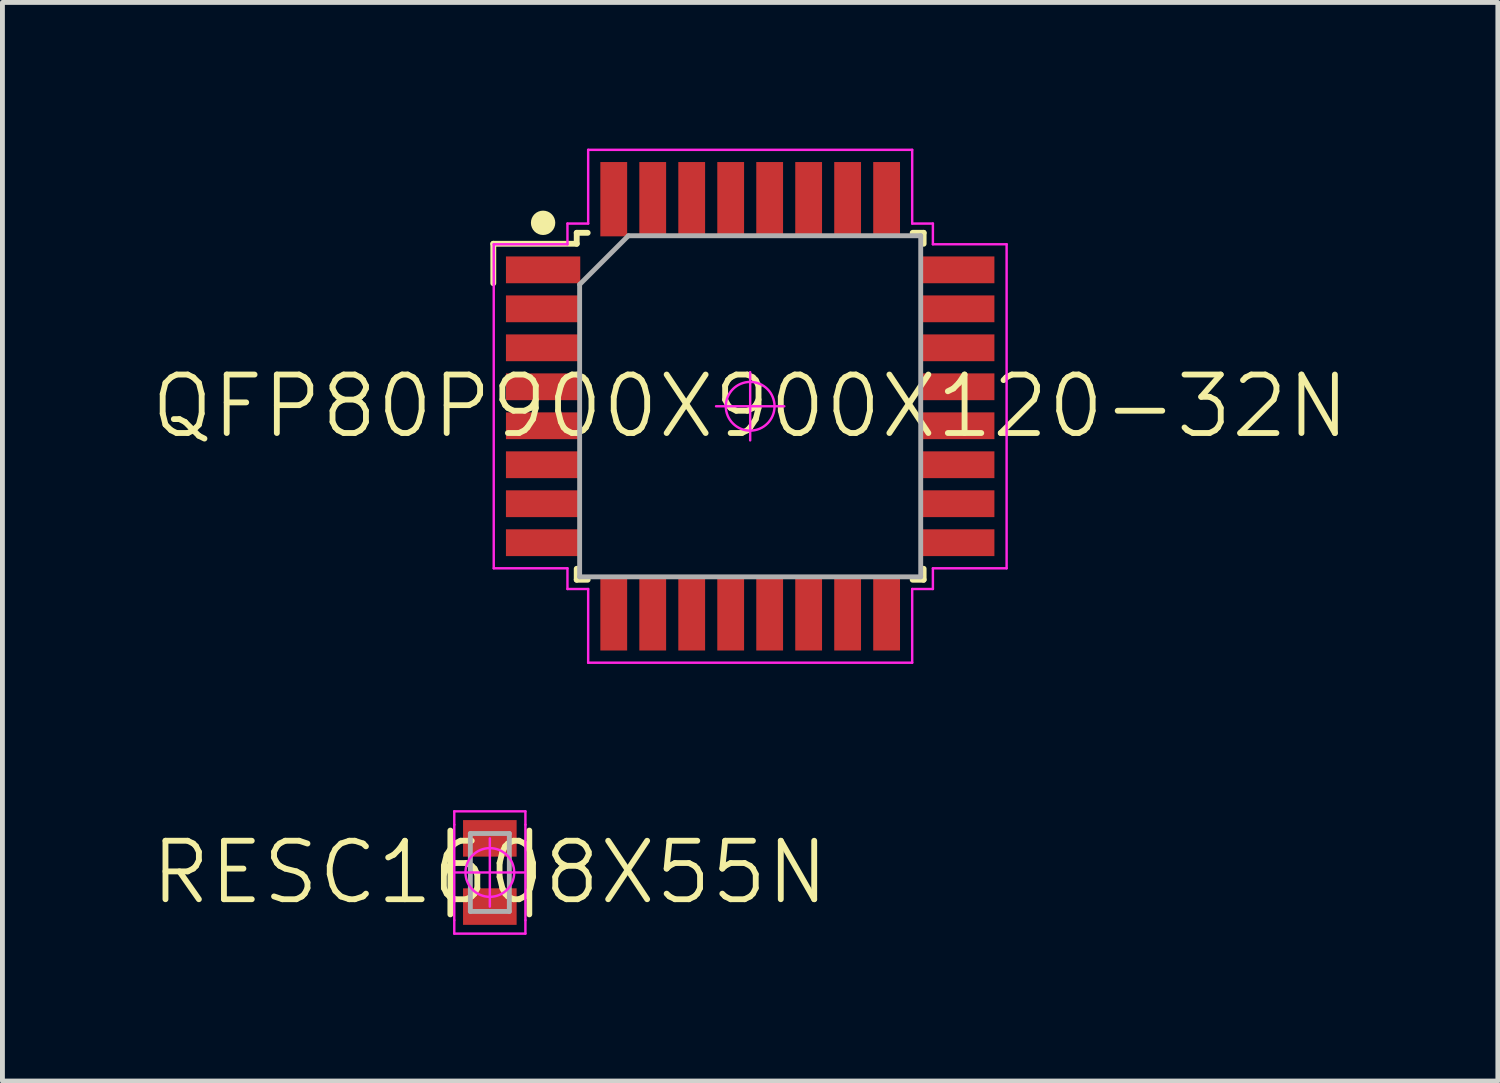
<source format=kicad_pcb>
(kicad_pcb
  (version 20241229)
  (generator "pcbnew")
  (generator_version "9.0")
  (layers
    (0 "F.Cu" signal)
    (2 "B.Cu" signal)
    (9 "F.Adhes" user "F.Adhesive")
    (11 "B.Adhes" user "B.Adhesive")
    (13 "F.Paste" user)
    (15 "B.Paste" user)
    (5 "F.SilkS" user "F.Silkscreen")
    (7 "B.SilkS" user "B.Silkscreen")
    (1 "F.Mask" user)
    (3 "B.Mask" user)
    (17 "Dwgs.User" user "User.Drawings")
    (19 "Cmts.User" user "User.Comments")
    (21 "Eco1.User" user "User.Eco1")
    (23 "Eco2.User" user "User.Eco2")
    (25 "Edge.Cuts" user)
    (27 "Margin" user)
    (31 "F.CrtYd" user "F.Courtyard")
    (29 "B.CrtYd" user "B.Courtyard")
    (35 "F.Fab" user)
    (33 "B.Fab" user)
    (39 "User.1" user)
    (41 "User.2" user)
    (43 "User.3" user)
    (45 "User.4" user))
  (footprint "QFP80P900X900X120-32N"
    (layer "F.Cu")
    (at 12.346 5.288)
    (property "Reference" "QFP80P900X900X120-32N" (at 0 0 0) (layer "F.SilkS") (effects (font (size 1.2 1.2) (thickness 0.12))))
    (attr smd)
    (fp_line (start -5.272 -3.335) (end -5.272 -2.525) (stroke (width 0.12) (type solid)) (layer "F.SilkS"))
    (fp_line (start -3.56 -3.56) (end -3.56 -3.335) (stroke (width 0.12) (type solid)) (layer "F.SilkS"))
    (fp_line (start -3.56 -3.56) (end -3.335 -3.56) (stroke (width 0.12) (type solid)) (layer "F.SilkS"))
    (fp_line (start -3.56 -3.335) (end -5.272 -3.335) (stroke (width 0.12) (type solid)) (layer "F.SilkS"))
    (fp_line (start -3.56 3.335) (end -3.56 3.56) (stroke (width 0.12) (type solid)) (layer "F.SilkS"))
    (fp_line (start -3.56 3.56) (end -3.335 3.56) (stroke (width 0.12) (type solid)) (layer "F.SilkS"))
    (fp_line (start 3.335 -3.56) (end 3.56 -3.56) (stroke (width 0.12) (type solid)) (layer "F.SilkS"))
    (fp_line (start 3.335 3.56) (end 3.56 3.56) (stroke (width 0.12) (type solid)) (layer "F.SilkS"))
    (fp_line (start 3.56 -3.56) (end 3.56 -3.335) (stroke (width 0.12) (type solid)) (layer "F.SilkS"))
    (fp_line (start 3.56 3.335) (end 3.56 3.56) (stroke (width 0.12) (type solid)) (layer "F.SilkS"))
    (fp_circle (center -4.25 -3.765) (end -4.25 -3.64) (stroke (width 0.25) (type solid)) (fill no) (layer "F.SilkS"))
    (fp_line (start -5.263 -3.325) (end -3.75 -3.325) (stroke (width 0.05) (type solid)) (layer "F.CrtYd"))
    (fp_line (start -5.263 3.325) (end -5.263 -3.325) (stroke (width 0.05) (type solid)) (layer "F.CrtYd"))
    (fp_line (start -3.75 -3.75) (end -3.325 -3.75) (stroke (width 0.05) (type solid)) (layer "F.CrtYd"))
    (fp_line (start -3.75 -3.325) (end -3.75 -3.75) (stroke (width 0.05) (type solid)) (layer "F.CrtYd"))
    (fp_line (start -3.75 3.325) (end -5.263 3.325) (stroke (width 0.05) (type solid)) (layer "F.CrtYd"))
    (fp_line (start -3.75 3.75) (end -3.75 3.325) (stroke (width 0.05) (type solid)) (layer "F.CrtYd"))
    (fp_line (start -3.325 -5.263) (end 3.325 -5.263) (stroke (width 0.05) (type solid)) (layer "F.CrtYd"))
    (fp_line (start -3.325 -3.75) (end -3.325 -5.263) (stroke (width 0.05) (type solid)) (layer "F.CrtYd"))
    (fp_line (start -3.325 3.75) (end -3.75 3.75) (stroke (width 0.05) (type solid)) (layer "F.CrtYd"))
    (fp_line (start -3.325 5.263) (end -3.325 3.75) (stroke (width 0.05) (type solid)) (layer "F.CrtYd"))
    (fp_line (start -0.7 0) (end 0.7 0) (stroke (width 0.05) (type solid)) (layer "F.CrtYd"))
    (fp_line (start 0 -0.7) (end 0 0.7) (stroke (width 0.05) (type solid)) (layer "F.CrtYd"))
    (fp_line (start 3.325 -5.263) (end 3.325 -3.75) (stroke (width 0.05) (type solid)) (layer "F.CrtYd"))
    (fp_line (start 3.325 -3.75) (end 3.75 -3.75) (stroke (width 0.05) (type solid)) (layer "F.CrtYd"))
    (fp_line (start 3.325 3.75) (end 3.325 5.263) (stroke (width 0.05) (type solid)) (layer "F.CrtYd"))
    (fp_line (start 3.325 5.263) (end -3.325 5.263) (stroke (width 0.05) (type solid)) (layer "F.CrtYd"))
    (fp_line (start 3.75 -3.75) (end 3.75 -3.325) (stroke (width 0.05) (type solid)) (layer "F.CrtYd"))
    (fp_line (start 3.75 -3.325) (end 5.263 -3.325) (stroke (width 0.05) (type solid)) (layer "F.CrtYd"))
    (fp_line (start 3.75 3.325) (end 3.75 3.75) (stroke (width 0.05) (type solid)) (layer "F.CrtYd"))
    (fp_line (start 3.75 3.75) (end 3.325 3.75) (stroke (width 0.05) (type solid)) (layer "F.CrtYd"))
    (fp_line (start 5.263 -3.325) (end 5.263 3.325) (stroke (width 0.05) (type solid)) (layer "F.CrtYd"))
    (fp_line (start 5.263 3.325) (end 3.75 3.325) (stroke (width 0.05) (type solid)) (layer "F.CrtYd"))
    (fp_circle (center 0 0) (end 0 0.5) (stroke (width 0.05) (type solid)) (fill no) (layer "F.CrtYd"))
    (fp_line (start -3.5 -2.5) (end -2.5 -3.5) (stroke (width 0.1) (type solid)) (layer "F.Fab"))
    (fp_line (start -3.5 3.5) (end -3.5 -2.5) (stroke (width 0.1) (type solid)) (layer "F.Fab"))
    (fp_line (start -2.5 -3.5) (end 3.5 -3.5) (stroke (width 0.1) (type solid)) (layer "F.Fab"))
    (fp_line (start 3.5 -3.5) (end 3.5 3.5) (stroke (width 0.1) (type solid)) (layer "F.Fab"))
    (fp_line (start 3.5 3.5) (end -3.5 3.5) (stroke (width 0.1) (type solid)) (layer "F.Fab"))
    (pad "1" smd rect (at -4.25 -2.8) (size 1.525 0.55) (layers "F.Cu" "F.Mask" "F.Paste"))
    (pad "2" smd rect (at -4.25 -2) (size 1.525 0.55) (layers "F.Cu" "F.Mask" "F.Paste"))
    (pad "3" smd rect (at -4.25 -1.2) (size 1.525 0.55) (layers "F.Cu" "F.Mask" "F.Paste"))
    (pad "4" smd rect (at -4.25 -0.4) (size 1.525 0.55) (layers "F.Cu" "F.Mask" "F.Paste"))
    (pad "5" smd rect (at -4.25 0.4) (size 1.525 0.55) (layers "F.Cu" "F.Mask" "F.Paste"))
    (pad "6" smd rect (at -4.25 1.2) (size 1.525 0.55) (layers "F.Cu" "F.Mask" "F.Paste"))
    (pad "7" smd rect (at -4.25 2) (size 1.525 0.55) (layers "F.Cu" "F.Mask" "F.Paste"))
    (pad "8" smd rect (at -4.25 2.8) (size 1.525 0.55) (layers "F.Cu" "F.Mask" "F.Paste"))
    (pad "9" smd rect (at -2.8 4.25) (size 0.55 1.525) (layers "F.Cu" "F.Mask" "F.Paste"))
    (pad "10" smd rect (at -2 4.25) (size 0.55 1.525) (layers "F.Cu" "F.Mask" "F.Paste"))
    (pad "11" smd rect (at -1.2 4.25) (size 0.55 1.525) (layers "F.Cu" "F.Mask" "F.Paste"))
    (pad "12" smd rect (at -0.4 4.25) (size 0.55 1.525) (layers "F.Cu" "F.Mask" "F.Paste"))
    (pad "13" smd rect (at 0.4 4.25) (size 0.55 1.525) (layers "F.Cu" "F.Mask" "F.Paste"))
    (pad "14" smd rect (at 1.2 4.25) (size 0.55 1.525) (layers "F.Cu" "F.Mask" "F.Paste"))
    (pad "15" smd rect (at 2 4.25) (size 0.55 1.525) (layers "F.Cu" "F.Mask" "F.Paste"))
    (pad "16" smd rect (at 2.8 4.25) (size 0.55 1.525) (layers "F.Cu" "F.Mask" "F.Paste"))
    (pad "17" smd rect (at 4.25 2.8) (size 1.525 0.55) (layers "F.Cu" "F.Mask" "F.Paste"))
    (pad "18" smd rect (at 4.25 2) (size 1.525 0.55) (layers "F.Cu" "F.Mask" "F.Paste"))
    (pad "19" smd rect (at 4.25 1.2) (size 1.525 0.55) (layers "F.Cu" "F.Mask" "F.Paste"))
    (pad "20" smd rect (at 4.25 0.4) (size 1.525 0.55) (layers "F.Cu" "F.Mask" "F.Paste"))
    (pad "21" smd rect (at 4.25 -0.4) (size 1.525 0.55) (layers "F.Cu" "F.Mask" "F.Paste"))
    (pad "22" smd rect (at 4.25 -1.2) (size 1.525 0.55) (layers "F.Cu" "F.Mask" "F.Paste"))
    (pad "23" smd rect (at 4.25 -2) (size 1.525 0.55) (layers "F.Cu" "F.Mask" "F.Paste"))
    (pad "24" smd rect (at 4.25 -2.8) (size 1.525 0.55) (layers "F.Cu" "F.Mask" "F.Paste"))
    (pad "25" smd rect (at 2.8 -4.25) (size 0.55 1.525) (layers "F.Cu" "F.Mask" "F.Paste"))
    (pad "26" smd rect (at 2 -4.25) (size 0.55 1.525) (layers "F.Cu" "F.Mask" "F.Paste"))
    (pad "27" smd rect (at 1.2 -4.25) (size 0.55 1.525) (layers "F.Cu" "F.Mask" "F.Paste"))
    (pad "28" smd rect (at 0.4 -4.25) (size 0.55 1.525) (layers "F.Cu" "F.Mask" "F.Paste"))
    (pad "29" smd rect (at -0.4 -4.25) (size 0.55 1.525) (layers "F.Cu" "F.Mask" "F.Paste"))
    (pad "30" smd rect (at -1.2 -4.25) (size 0.55 1.525) (layers "F.Cu" "F.Mask" "F.Paste"))
    (pad "31" smd rect (at -2 -4.25) (size 0.55 1.525) (layers "F.Cu" "F.Mask" "F.Paste"))
    (pad "32" smd rect (at -2.8 -4.25) (size 0.55 1.525) (layers "F.Cu" "F.Mask" "F.Paste")))
  (footprint "RESC1608X55N"
    (layer "F.Cu")
    (at 7.003 14.856)
    (property "Reference" "RESC1608X55N" (at 0 0 0) (layer "F.SilkS") (effects (font (size 1.2 1.2) (thickness 0.12))))
    (attr smd)
    (fp_line (start -0.81 -0.86) (end -0.81 0.86) (stroke (width 0.12) (type solid)) (layer "F.SilkS"))
    (fp_line (start 0.81 -0.86) (end 0.81 0.86) (stroke (width 0.12) (type solid)) (layer "F.SilkS"))
    (fp_line (start -0.73 -1.255) (end -0.73 -0.98) (stroke (width 0.05) (type solid)) (layer "F.CrtYd"))
    (fp_line (start -0.73 -0.98) (end -0.73 0.98) (stroke (width 0.05) (type solid)) (layer "F.CrtYd"))
    (fp_line (start -0.73 0.98) (end -0.73 1.255) (stroke (width 0.05) (type solid)) (layer "F.CrtYd"))
    (fp_line (start -0.73 1.255) (end 0.73 1.255) (stroke (width 0.05) (type solid)) (layer "F.CrtYd"))
    (fp_line (start -0.7 0) (end 0.7 0) (stroke (width 0.05) (type solid)) (layer "F.CrtYd"))
    (fp_line (start 0 -0.7) (end 0 0.7) (stroke (width 0.05) (type solid)) (layer "F.CrtYd"))
    (fp_line (start 0.73 -1.255) (end -0.73 -1.255) (stroke (width 0.05) (type solid)) (layer "F.CrtYd"))
    (fp_line (start 0.73 -0.98) (end 0.73 -1.255) (stroke (width 0.05) (type solid)) (layer "F.CrtYd"))
    (fp_line (start 0.73 0.98) (end 0.73 -0.98) (stroke (width 0.05) (type solid)) (layer "F.CrtYd"))
    (fp_line (start 0.73 1.255) (end 0.73 0.98) (stroke (width 0.05) (type solid)) (layer "F.CrtYd"))
    (fp_circle (center 0 0) (end 0 0.5) (stroke (width 0.05) (type solid)) (fill no) (layer "F.CrtYd"))
    (fp_line (start -0.4 -0.8) (end 0.4 -0.8) (stroke (width 0.1) (type solid)) (layer "F.Fab"))
    (fp_line (start -0.4 0.8) (end -0.4 -0.8) (stroke (width 0.1) (type solid)) (layer "F.Fab"))
    (fp_line (start 0.4 -0.8) (end 0.4 0.8) (stroke (width 0.1) (type solid)) (layer "F.Fab"))
    (fp_line (start 0.4 0.8) (end -0.4 0.8) (stroke (width 0.1) (type solid)) (layer "F.Fab"))
    (pad "1" smd rect (at 0 -0.7) (size 1.1 0.75) (layers "F.Cu" "F.Mask" "F.Paste"))
    (pad "2" smd rect (at 0 0.7) (size 1.1 0.75) (layers "F.Cu" "F.Mask" "F.Paste")))
  (gr_rect
    (start -3 -3)
    (end 27.691 19.136)
    (stroke (width 0.1) (type default))
    (fill no)
    (layer "Edge.Cuts")))
</source>
